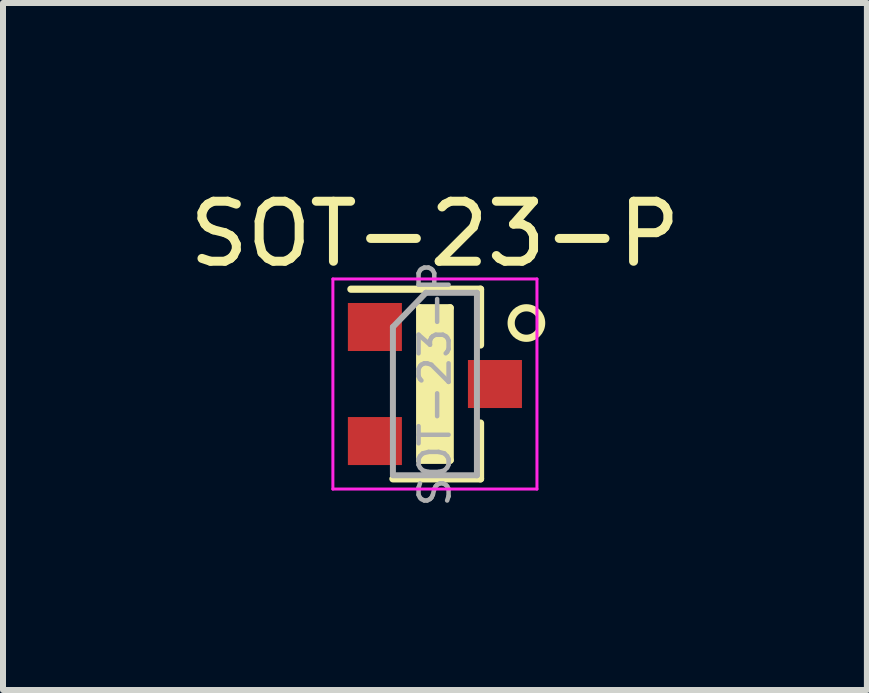
<source format=kicad_pcb>
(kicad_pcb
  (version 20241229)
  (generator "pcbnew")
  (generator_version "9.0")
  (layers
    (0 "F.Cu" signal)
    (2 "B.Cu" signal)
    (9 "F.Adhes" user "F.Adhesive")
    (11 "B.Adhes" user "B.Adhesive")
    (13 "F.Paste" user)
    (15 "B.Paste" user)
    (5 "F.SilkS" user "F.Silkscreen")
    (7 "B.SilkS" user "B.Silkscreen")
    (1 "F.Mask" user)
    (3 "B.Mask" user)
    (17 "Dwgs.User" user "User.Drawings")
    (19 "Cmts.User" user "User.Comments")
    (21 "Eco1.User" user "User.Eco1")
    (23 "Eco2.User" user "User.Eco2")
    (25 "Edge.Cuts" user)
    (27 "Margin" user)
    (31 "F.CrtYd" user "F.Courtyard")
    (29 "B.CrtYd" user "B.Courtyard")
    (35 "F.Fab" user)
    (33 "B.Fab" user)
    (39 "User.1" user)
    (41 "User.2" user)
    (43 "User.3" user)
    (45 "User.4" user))
  (footprint "SOT-23-P"
    (layer "F.Cu")
    (at 4.196 3.348)
    (property "Reference" "SOT-23-P" (at 0 -2.5 0) (layer "F.SilkS") (effects (font (size 1 1) (thickness 0.15))))
    (attr smd)
    (fp_line (start -0.254 -1.27) (end -0.254 1.27) (stroke (width 0.12) (type solid)) (layer "F.SilkS"))
    (fp_line (start -0.254 1.27) (end 0.254 1.27) (stroke (width 0.12) (type solid)) (layer "F.SilkS"))
    (fp_line (start 0.254 -1.27) (end -0.254 -1.27) (stroke (width 0.12) (type solid)) (layer "F.SilkS"))
    (fp_line (start 0.254 1.27) (end 0.254 -1.27) (stroke (width 0.12) (type solid)) (layer "F.SilkS"))
    (fp_line (start 0.76 -1.58) (end -1.4 -1.58) (stroke (width 0.12) (type solid)) (layer "F.SilkS"))
    (fp_line (start 0.76 -1.58) (end 0.76 -0.65) (stroke (width 0.12) (type solid)) (layer "F.SilkS"))
    (fp_line (start 0.76 1.58) (end -0.7 1.58) (stroke (width 0.12) (type solid)) (layer "F.SilkS"))
    (fp_line (start 0.76 1.58) (end 0.76 0.65) (stroke (width 0.12) (type solid)) (layer "F.SilkS"))
    (fp_circle (center 1.524 -1.016) (end 1.524 -1.27) (stroke (width 0.12) (type solid)) (fill no) (layer "F.SilkS"))
    (fp_poly (pts (xy 0.254 1.27) (xy -0.254 1.27) (xy -0.254 -1.27) (xy 0.254 -1.27)) (stroke (width 0.1) (type solid)) (fill yes) (layer "F.SilkS"))
    (fp_line (start -1.7 -1.75) (end 1.7 -1.75) (stroke (width 0.05) (type solid)) (layer "F.CrtYd"))
    (fp_line (start -1.7 1.75) (end -1.7 -1.75) (stroke (width 0.05) (type solid)) (layer "F.CrtYd"))
    (fp_line (start 1.7 -1.75) (end 1.7 1.75) (stroke (width 0.05) (type solid)) (layer "F.CrtYd"))
    (fp_line (start 1.7 1.75) (end -1.7 1.75) (stroke (width 0.05) (type solid)) (layer "F.CrtYd"))
    (fp_line (start -0.7 -0.95) (end -0.7 1.5) (stroke (width 0.1) (type solid)) (layer "F.Fab"))
    (fp_line (start -0.7 -0.95) (end -0.15 -1.52) (stroke (width 0.1) (type solid)) (layer "F.Fab"))
    (fp_line (start -0.7 1.52) (end 0.7 1.52) (stroke (width 0.1) (type solid)) (layer "F.Fab"))
    (fp_line (start -0.15 -1.52) (end 0.7 -1.52) (stroke (width 0.1) (type solid)) (layer "F.Fab"))
    (fp_line (start 0.7 -1.52) (end 0.7 1.52) (stroke (width 0.1) (type solid)) (layer "F.Fab"))
    (fp_text user "${REFERENCE}" (at 0 0 90) (layer "F.Fab") (effects (font (size 0.5 0.5) (thickness 0.075))))
    (pad "1" smd rect (at -1 -0.95) (size 0.9 0.8) (layers "F.Cu" "F.Mask" "F.Paste"))
    (pad "2" smd rect (at -1 0.95) (size 0.9 0.8) (layers "F.Cu" "F.Mask" "F.Paste"))
    (pad "3" smd rect (at 1 0) (size 0.9 0.8) (layers "F.Cu" "F.Mask" "F.Paste")))
  (gr_rect
    (start -3 -3)
    (end 11.393 8.446)
    (stroke (width 0.1) (type default))
    (fill no)
    (layer "Edge.Cuts")))
</source>
